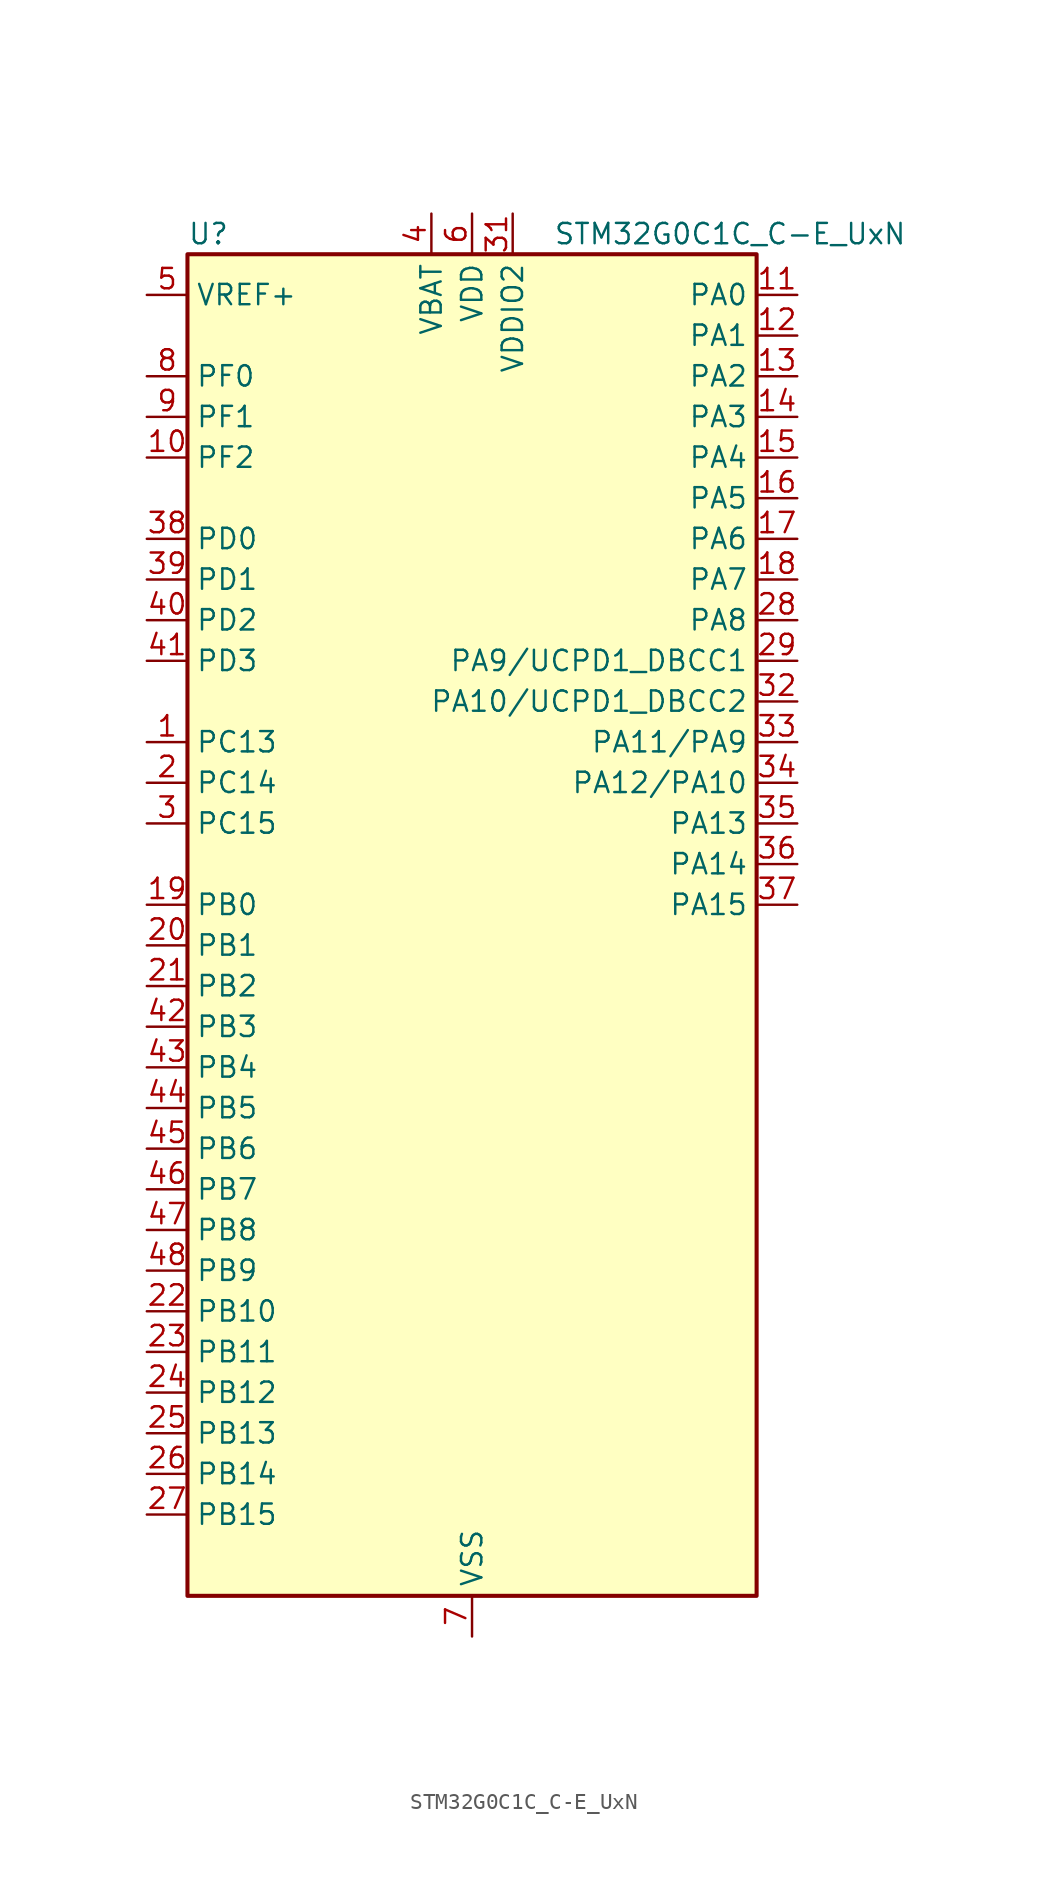
<source format=kicad_sym>
(kicad_symbol_lib
  (version 20220914)
  (generator kicad_symbol_editor)
  (symbol "STM32G0C1C_C-E_UxN"
    (property "Reference" "U"
      (at -17.78 44.45 0)
      (effects (font (size 1.27 1.27)) (justify left)))
    (property "Value" "STM32G0C1C_C-E_UxN"
      (at 5.08 44.45 0)
      (effects (font (size 1.27 1.27)) (justify left)))
    (property "ki_locked" ""
      (at 0 0 0)
      (effects (font (size 1.27 1.27))))
    (symbol "STM32G0C1C_C-E_UxN_0_1"
      (rectangle (start -17.78 -40.64) (end 17.78 43.18) (stroke (width 0.254) (type default)) (fill (type background))))
    (symbol "STM32G0C1C_C-E_UxN_1_1"
      (pin bidirectional line (at -20.32 12.7 0) (length 2.54) (name "PC13" (effects (font (size 1.27 1.27)))) (number "1" (effects (font (size 1.27 1.27)))) (alternate "RTC_OUT1" bidirectional line) (alternate "RTC_TAMP_IN1" bidirectional line) (alternate "RTC_TS" bidirectional line) (alternate "SYS_WKUP2" bidirectional line) (alternate "TIM1_BK" bidirectional line))
      (pin bidirectional line (at -20.32 30.48 0) (length 2.54) (name "PF2" (effects (font (size 1.27 1.27)))) (number "10" (effects (font (size 1.27 1.27)))) (alternate "LPUART2_DE" bidirectional line) (alternate "LPUART2_RTS" bidirectional line) (alternate "LPUART2_TX" bidirectional line) (alternate "RCC_MCO" bidirectional line))
      (pin bidirectional line (at 20.32 40.64 180) (length 2.54) (name "PA0" (effects (font (size 1.27 1.27)))) (number "11" (effects (font (size 1.27 1.27)))) (alternate "ADC1_IN0" bidirectional line) (alternate "COMP1_INM" bidirectional line) (alternate "COMP1_OUT" bidirectional line) (alternate "I2S2_CK" bidirectional line) (alternate "LPTIM1_OUT" bidirectional line) (alternate "RTC_TAMP_IN2" bidirectional line) (alternate "SPI2_SCK" bidirectional line) (alternate "SYS_WKUP1" bidirectional line) (alternate "TIM2_CH1" bidirectional line) (alternate "TIM2_ETR" bidirectional line) (alternate "UCPD2_FRSTX1" bidirectional line) (alternate "UCPD2_FRSTX2" bidirectional line) (alternate "USART2_CTS" bidirectional line) (alternate "USART2_NSS" bidirectional line) (alternate "USART4_TX" bidirectional line))
      (pin bidirectional line (at 20.32 38.1 180) (length 2.54) (name "PA1" (effects (font (size 1.27 1.27)))) (number "12" (effects (font (size 1.27 1.27)))) (alternate "ADC1_IN1" bidirectional line) (alternate "COMP1_INP" bidirectional line) (alternate "I2C1_SMBA" bidirectional line) (alternate "I2S1_CK" bidirectional line) (alternate "SPI1_SCK" bidirectional line) (alternate "TIM15_CH1N" bidirectional line) (alternate "TIM2_CH2" bidirectional line) (alternate "USART2_CK" bidirectional line) (alternate "USART2_DE" bidirectional line) (alternate "USART2_RTS" bidirectional line) (alternate "USART4_RX" bidirectional line))
      (pin bidirectional line (at 20.32 35.56 180) (length 2.54) (name "PA2" (effects (font (size 1.27 1.27)))) (number "13" (effects (font (size 1.27 1.27)))) (alternate "ADC1_IN2" bidirectional line) (alternate "COMP2_INM" bidirectional line) (alternate "COMP2_OUT" bidirectional line) (alternate "I2S1_SD" bidirectional line) (alternate "LPUART1_TX" bidirectional line) (alternate "RCC_LSCO" bidirectional line) (alternate "SPI1_MOSI" bidirectional line) (alternate "SYS_WKUP4" bidirectional line) (alternate "TIM15_CH1" bidirectional line) (alternate "TIM2_CH3" bidirectional line) (alternate "UCPD1_FRSTX1" bidirectional line) (alternate "UCPD1_FRSTX2" bidirectional line) (alternate "USART2_TX" bidirectional line))
      (pin bidirectional line (at 20.32 33.02 180) (length 2.54) (name "PA3" (effects (font (size 1.27 1.27)))) (number "14" (effects (font (size 1.27 1.27)))) (alternate "ADC1_IN3" bidirectional line) (alternate "COMP2_INP" bidirectional line) (alternate "I2S2_MCK" bidirectional line) (alternate "LPUART1_RX" bidirectional line) (alternate "SPI2_MISO" bidirectional line) (alternate "TIM15_CH2" bidirectional line) (alternate "TIM2_CH4" bidirectional line) (alternate "UCPD2_FRSTX1" bidirectional line) (alternate "UCPD2_FRSTX2" bidirectional line) (alternate "USART2_RX" bidirectional line))
      (pin bidirectional line (at 20.32 30.48 180) (length 2.54) (name "PA4" (effects (font (size 1.27 1.27)))) (number "15" (effects (font (size 1.27 1.27)))) (alternate "ADC1_IN4" bidirectional line) (alternate "DAC1_OUT1" bidirectional line) (alternate "I2S1_WS" bidirectional line) (alternate "I2S2_SD" bidirectional line) (alternate "LPTIM2_OUT" bidirectional line) (alternate "RTC_OUT2" bidirectional line) (alternate "SPI1_NSS" bidirectional line) (alternate "SPI2_MOSI" bidirectional line) (alternate "SPI3_NSS" bidirectional line) (alternate "TIM14_CH1" bidirectional line) (alternate "UCPD2_FRSTX1" bidirectional line) (alternate "UCPD2_FRSTX2" bidirectional line) (alternate "USART6_TX" bidirectional line) (alternate "USB_NOE" bidirectional line))
      (pin bidirectional line (at 20.32 27.94 180) (length 2.54) (name "PA5" (effects (font (size 1.27 1.27)))) (number "16" (effects (font (size 1.27 1.27)))) (alternate "ADC1_IN5" bidirectional line) (alternate "CEC" bidirectional line) (alternate "DAC1_OUT2" bidirectional line) (alternate "I2S1_CK" bidirectional line) (alternate "LPTIM2_ETR" bidirectional line) (alternate "SPI1_SCK" bidirectional line) (alternate "TIM2_CH1" bidirectional line) (alternate "TIM2_ETR" bidirectional line) (alternate "UCPD1_FRSTX1" bidirectional line) (alternate "UCPD1_FRSTX2" bidirectional line) (alternate "USART3_TX" bidirectional line) (alternate "USART6_RX" bidirectional line))
      (pin bidirectional line (at 20.32 25.4 180) (length 2.54) (name "PA6" (effects (font (size 1.27 1.27)))) (number "17" (effects (font (size 1.27 1.27)))) (alternate "ADC1_IN6" bidirectional line) (alternate "COMP1_OUT" bidirectional line) (alternate "I2C2_SDA" bidirectional line) (alternate "I2C3_SDA" bidirectional line) (alternate "I2S1_MCK" bidirectional line) (alternate "LPUART1_CTS" bidirectional line) (alternate "SPI1_MISO" bidirectional line) (alternate "TIM16_CH1" bidirectional line) (alternate "TIM1_BK" bidirectional line) (alternate "TIM3_CH1" bidirectional line) (alternate "USART3_CTS" bidirectional line) (alternate "USART3_NSS" bidirectional line) (alternate "USART6_CTS" bidirectional line) (alternate "USART6_NSS" bidirectional line))
      (pin bidirectional line (at 20.32 22.86 180) (length 2.54) (name "PA7" (effects (font (size 1.27 1.27)))) (number "18" (effects (font (size 1.27 1.27)))) (alternate "ADC1_IN7" bidirectional line) (alternate "COMP2_OUT" bidirectional line) (alternate "I2C2_SCL" bidirectional line) (alternate "I2C3_SCL" bidirectional line) (alternate "I2S1_SD" bidirectional line) (alternate "SPI1_MOSI" bidirectional line) (alternate "TIM14_CH1" bidirectional line) (alternate "TIM17_CH1" bidirectional line) (alternate "TIM1_CH1N" bidirectional line) (alternate "TIM3_CH2" bidirectional line) (alternate "UCPD1_FRSTX1" bidirectional line) (alternate "UCPD1_FRSTX2" bidirectional line) (alternate "USART6_CK" bidirectional line) (alternate "USART6_DE" bidirectional line) (alternate "USART6_RTS" bidirectional line))
      (pin bidirectional line (at -20.32 2.54 0) (length 2.54) (name "PB0" (effects (font (size 1.27 1.27)))) (number "19" (effects (font (size 1.27 1.27)))) (alternate "ADC1_IN8" bidirectional line) (alternate "COMP1_OUT" bidirectional line) (alternate "COMP3_INP" bidirectional line) (alternate "FDCAN2_RX" bidirectional line) (alternate "I2S1_WS" bidirectional line) (alternate "LPTIM1_OUT" bidirectional line) (alternate "LPUART2_CTS" bidirectional line) (alternate "SPI1_NSS" bidirectional line) (alternate "TIM1_CH2N" bidirectional line) (alternate "TIM3_CH3" bidirectional line) (alternate "UCPD1_FRSTX1" bidirectional line) (alternate "UCPD1_FRSTX2" bidirectional line) (alternate "USART3_RX" bidirectional line) (alternate "USART5_TX" bidirectional line))
      (pin bidirectional line (at -20.32 10.16 0) (length 2.54) (name "PC14" (effects (font (size 1.27 1.27)))) (number "2" (effects (font (size 1.27 1.27)))) (alternate "RCC_OSC32_IN" bidirectional line) (alternate "TIM1_BK2" bidirectional line))
      (pin bidirectional line (at -20.32 0 0) (length 2.54) (name "PB1" (effects (font (size 1.27 1.27)))) (number "20" (effects (font (size 1.27 1.27)))) (alternate "ADC1_IN9" bidirectional line) (alternate "COMP1_INM" bidirectional line) (alternate "COMP3_OUT" bidirectional line) (alternate "FDCAN2_TX" bidirectional line) (alternate "LPTIM2_IN1" bidirectional line) (alternate "LPUART1_DE" bidirectional line) (alternate "LPUART1_RTS" bidirectional line) (alternate "LPUART2_DE" bidirectional line) (alternate "LPUART2_RTS" bidirectional line) (alternate "TIM14_CH1" bidirectional line) (alternate "TIM1_CH3N" bidirectional line) (alternate "TIM3_CH4" bidirectional line) (alternate "USART3_CK" bidirectional line) (alternate "USART3_DE" bidirectional line) (alternate "USART3_RTS" bidirectional line) (alternate "USART5_RX" bidirectional line))
      (pin bidirectional line (at -20.32 -2.54 0) (length 2.54) (name "PB2" (effects (font (size 1.27 1.27)))) (number "21" (effects (font (size 1.27 1.27)))) (alternate "ADC1_IN10" bidirectional line) (alternate "COMP1_INP" bidirectional line) (alternate "COMP3_INM" bidirectional line) (alternate "I2S2_MCK" bidirectional line) (alternate "LPTIM1_OUT" bidirectional line) (alternate "RCC_MCO_2" bidirectional line) (alternate "SPI2_MISO" bidirectional line) (alternate "USART3_TX" bidirectional line))
      (pin bidirectional line (at -20.32 -22.86 0) (length 2.54) (name "PB10" (effects (font (size 1.27 1.27)))) (number "22" (effects (font (size 1.27 1.27)))) (alternate "ADC1_IN11" bidirectional line) (alternate "CEC" bidirectional line) (alternate "COMP1_OUT" bidirectional line) (alternate "I2C2_SCL" bidirectional line) (alternate "I2S2_CK" bidirectional line) (alternate "LPUART1_RX" bidirectional line) (alternate "SPI2_SCK" bidirectional line) (alternate "TIM2_CH3" bidirectional line) (alternate "USART3_TX" bidirectional line))
      (pin bidirectional line (at -20.32 -25.4 0) (length 2.54) (name "PB11" (effects (font (size 1.27 1.27)))) (number "23" (effects (font (size 1.27 1.27)))) (alternate "ADC1_EXTI11" bidirectional line) (alternate "ADC1_IN15" bidirectional line) (alternate "COMP2_OUT" bidirectional line) (alternate "I2C2_SDA" bidirectional line) (alternate "I2S2_SD" bidirectional line) (alternate "LPUART1_TX" bidirectional line) (alternate "SPI2_MOSI" bidirectional line) (alternate "TIM2_CH4" bidirectional line) (alternate "USART3_RX" bidirectional line))
      (pin bidirectional line (at -20.32 -27.94 0) (length 2.54) (name "PB12" (effects (font (size 1.27 1.27)))) (number "24" (effects (font (size 1.27 1.27)))) (alternate "ADC1_IN16" bidirectional line) (alternate "FDCAN2_RX" bidirectional line) (alternate "I2C2_SMBA" bidirectional line) (alternate "I2S2_WS" bidirectional line) (alternate "LPUART1_DE" bidirectional line) (alternate "LPUART1_RTS" bidirectional line) (alternate "SPI2_NSS" bidirectional line) (alternate "TIM15_BK" bidirectional line) (alternate "TIM1_BK" bidirectional line) (alternate "UCPD2_FRSTX1" bidirectional line) (alternate "UCPD2_FRSTX2" bidirectional line))
      (pin bidirectional line (at -20.32 -30.48 0) (length 2.54) (name "PB13" (effects (font (size 1.27 1.27)))) (number "25" (effects (font (size 1.27 1.27)))) (alternate "FDCAN2_TX" bidirectional line) (alternate "I2C2_SCL" bidirectional line) (alternate "I2S2_CK" bidirectional line) (alternate "LPUART1_CTS" bidirectional line) (alternate "SPI2_SCK" bidirectional line) (alternate "TIM15_CH1N" bidirectional line) (alternate "TIM1_CH1N" bidirectional line) (alternate "USART3_CTS" bidirectional line) (alternate "USART3_NSS" bidirectional line))
      (pin bidirectional line (at -20.32 -33.02 0) (length 2.54) (name "PB14" (effects (font (size 1.27 1.27)))) (number "26" (effects (font (size 1.27 1.27)))) (alternate "I2C2_SDA" bidirectional line) (alternate "I2S2_MCK" bidirectional line) (alternate "SPI2_MISO" bidirectional line) (alternate "TIM15_CH1" bidirectional line) (alternate "TIM1_CH2N" bidirectional line) (alternate "UCPD1_FRSTX1" bidirectional line) (alternate "UCPD1_FRSTX2" bidirectional line) (alternate "USART3_CK" bidirectional line) (alternate "USART3_DE" bidirectional line) (alternate "USART3_RTS" bidirectional line) (alternate "USART6_CK" bidirectional line) (alternate "USART6_DE" bidirectional line) (alternate "USART6_RTS" bidirectional line))
      (pin bidirectional line (at -20.32 -35.56 0) (length 2.54) (name "PB15" (effects (font (size 1.27 1.27)))) (number "27" (effects (font (size 1.27 1.27)))) (alternate "I2S2_SD" bidirectional line) (alternate "RTC_REFIN" bidirectional line) (alternate "SPI2_MOSI" bidirectional line) (alternate "TIM15_CH1N" bidirectional line) (alternate "TIM15_CH2" bidirectional line) (alternate "TIM1_CH3N" bidirectional line) (alternate "UCPD1_CC2" bidirectional line) (alternate "USART6_CTS" bidirectional line) (alternate "USART6_NSS" bidirectional line))
      (pin bidirectional line (at 20.32 20.32 180) (length 2.54) (name "PA8" (effects (font (size 1.27 1.27)))) (number "28" (effects (font (size 1.27 1.27)))) (alternate "CRS1_SYNC" bidirectional line) (alternate "I2C2_SMBA" bidirectional line) (alternate "I2S2_WS" bidirectional line) (alternate "LPTIM2_OUT" bidirectional line) (alternate "RCC_MCO" bidirectional line) (alternate "SPI2_NSS" bidirectional line) (alternate "TIM1_CH1" bidirectional line) (alternate "UCPD1_CC1" bidirectional line))
      (pin bidirectional line (at 20.32 17.78 180) (length 2.54) (name "PA9/UCPD1_DBCC1" (effects (font (size 1.27 1.27)))) (number "29" (effects (font (size 1.27 1.27)))) (alternate "DAC1_EXTI9" bidirectional line) (alternate "I2C1_SCL" bidirectional line) (alternate "I2C2_SCL" bidirectional line) (alternate "I2S2_MCK" bidirectional line) (alternate "RCC_MCO" bidirectional line) (alternate "SPI2_MISO" bidirectional line) (alternate "TIM15_BK" bidirectional line) (alternate "TIM1_CH2" bidirectional line) (alternate "UCPD1_DBCC1" bidirectional line) (alternate "USART1_TX" bidirectional line))
      (pin bidirectional line (at -20.32 7.62 0) (length 2.54) (name "PC15" (effects (font (size 1.27 1.27)))) (number "3" (effects (font (size 1.27 1.27)))) (alternate "RCC_OSC32_EN" bidirectional line) (alternate "RCC_OSC32_OUT" bidirectional line) (alternate "RCC_OSC_EN" bidirectional line) (alternate "TIM15_BK" bidirectional line))
      (pin passive line (at 0 -43.18 90) (length 2.54) hide (name "VSS" (effects (font (size 1.27 1.27)))) (number "30" (effects (font (size 1.27 1.27)))))
      (pin power_in line (at 2.54 45.72 270) (length 2.54) (name "VDDIO2" (effects (font (size 1.27 1.27)))) (number "31" (effects (font (size 1.27 1.27)))))
      (pin bidirectional line (at 20.32 15.24 180) (length 2.54) (name "PA10/UCPD1_DBCC2" (effects (font (size 1.27 1.27)))) (number "32" (effects (font (size 1.27 1.27)))) (alternate "I2C1_SDA" bidirectional line) (alternate "I2C2_SDA" bidirectional line) (alternate "I2S2_SD" bidirectional line) (alternate "RCC_MCO_2" bidirectional line) (alternate "SPI2_MOSI" bidirectional line) (alternate "TIM17_BK" bidirectional line) (alternate "TIM1_CH3" bidirectional line) (alternate "UCPD1_DBCC2" bidirectional line) (alternate "USART1_RX" bidirectional line))
      (pin bidirectional line (at 20.32 12.7 180) (length 2.54) (name "PA11/PA9" (effects (font (size 1.27 1.27)))) (number "33" (effects (font (size 1.27 1.27)))) (alternate "ADC1_EXTI11" bidirectional line) (alternate "COMP1_OUT" bidirectional line) (alternate "FDCAN1_RX" bidirectional line) (alternate "I2C2_SCL" bidirectional line) (alternate "I2S1_MCK" bidirectional line) (alternate "SPI1_MISO" bidirectional line) (alternate "TIM1_BK2" bidirectional line) (alternate "TIM1_CH4" bidirectional line) (alternate "USART1_CTS" bidirectional line) (alternate "USART1_NSS" bidirectional line) (alternate "USB_DM" bidirectional line))
      (pin bidirectional line (at 20.32 10.16 180) (length 2.54) (name "PA12/PA10" (effects (font (size 1.27 1.27)))) (number "34" (effects (font (size 1.27 1.27)))) (alternate "COMP2_OUT" bidirectional line) (alternate "FDCAN1_TX" bidirectional line) (alternate "I2C2_SDA" bidirectional line) (alternate "I2S1_SD" bidirectional line) (alternate "I2S_CKIN" bidirectional line) (alternate "SPI1_MOSI" bidirectional line) (alternate "TIM1_ETR" bidirectional line) (alternate "USART1_CK" bidirectional line) (alternate "USART1_DE" bidirectional line) (alternate "USART1_RTS" bidirectional line) (alternate "USB_DP" bidirectional line))
      (pin bidirectional line (at 20.32 7.62 180) (length 2.54) (name "PA13" (effects (font (size 1.27 1.27)))) (number "35" (effects (font (size 1.27 1.27)))) (alternate "IR_OUT" bidirectional line) (alternate "LPUART2_RX" bidirectional line) (alternate "SYS_SWDIO" bidirectional line) (alternate "USB_NOE" bidirectional line))
      (pin bidirectional line (at 20.32 5.08 180) (length 2.54) (name "PA14" (effects (font (size 1.27 1.27)))) (number "36" (effects (font (size 1.27 1.27)))) (alternate "LPUART2_TX" bidirectional line) (alternate "SYS_SWCLK" bidirectional line) (alternate "USART2_TX" bidirectional line))
      (pin bidirectional line (at 20.32 2.54 180) (length 2.54) (name "PA15" (effects (font (size 1.27 1.27)))) (number "37" (effects (font (size 1.27 1.27)))) (alternate "I2C2_SMBA" bidirectional line) (alternate "I2S1_WS" bidirectional line) (alternate "RCC_MCO_2" bidirectional line) (alternate "SPI1_NSS" bidirectional line) (alternate "SPI3_NSS" bidirectional line) (alternate "TIM2_CH1" bidirectional line) (alternate "TIM2_ETR" bidirectional line) (alternate "USART2_RX" bidirectional line) (alternate "USART3_CK" bidirectional line) (alternate "USART3_DE" bidirectional line) (alternate "USART3_RTS" bidirectional line) (alternate "USART4_CK" bidirectional line) (alternate "USART4_DE" bidirectional line) (alternate "USART4_RTS" bidirectional line) (alternate "USB_NOE" bidirectional line))
      (pin bidirectional line (at -20.32 25.4 0) (length 2.54) (name "PD0" (effects (font (size 1.27 1.27)))) (number "38" (effects (font (size 1.27 1.27)))) (alternate "FDCAN1_RX" bidirectional line) (alternate "I2S2_WS" bidirectional line) (alternate "SPI2_NSS" bidirectional line) (alternate "TIM16_CH1" bidirectional line) (alternate "UCPD2_CC1" bidirectional line))
      (pin bidirectional line (at -20.32 22.86 0) (length 2.54) (name "PD1" (effects (font (size 1.27 1.27)))) (number "39" (effects (font (size 1.27 1.27)))) (alternate "FDCAN1_TX" bidirectional line) (alternate "I2S2_CK" bidirectional line) (alternate "SPI2_SCK" bidirectional line) (alternate "TIM17_CH1" bidirectional line) (alternate "UCPD2_DBCC1" bidirectional line))
      (pin power_in line (at -2.54 45.72 270) (length 2.54) (name "VBAT" (effects (font (size 1.27 1.27)))) (number "4" (effects (font (size 1.27 1.27)))))
      (pin bidirectional line (at -20.32 20.32 0) (length 2.54) (name "PD2" (effects (font (size 1.27 1.27)))) (number "40" (effects (font (size 1.27 1.27)))) (alternate "TIM1_CH1N" bidirectional line) (alternate "TIM3_ETR" bidirectional line) (alternate "UCPD2_CC2" bidirectional line) (alternate "USART3_CK" bidirectional line) (alternate "USART3_DE" bidirectional line) (alternate "USART3_RTS" bidirectional line) (alternate "USART5_RX" bidirectional line))
      (pin bidirectional line (at -20.32 17.78 0) (length 2.54) (name "PD3" (effects (font (size 1.27 1.27)))) (number "41" (effects (font (size 1.27 1.27)))) (alternate "I2S2_MCK" bidirectional line) (alternate "SPI2_MISO" bidirectional line) (alternate "TIM1_CH2N" bidirectional line) (alternate "UCPD2_DBCC2" bidirectional line) (alternate "USART2_CTS" bidirectional line) (alternate "USART2_NSS" bidirectional line) (alternate "USART5_TX" bidirectional line))
      (pin bidirectional line (at -20.32 -5.08 0) (length 2.54) (name "PB3" (effects (font (size 1.27 1.27)))) (number "42" (effects (font (size 1.27 1.27)))) (alternate "COMP2_INM" bidirectional line) (alternate "I2C2_SCL" bidirectional line) (alternate "I2C3_SCL" bidirectional line) (alternate "I2S1_CK" bidirectional line) (alternate "SPI1_SCK" bidirectional line) (alternate "SPI3_SCK" bidirectional line) (alternate "TIM1_CH2" bidirectional line) (alternate "TIM2_CH2" bidirectional line) (alternate "USART1_CK" bidirectional line) (alternate "USART1_DE" bidirectional line) (alternate "USART1_RTS" bidirectional line) (alternate "USART5_TX" bidirectional line))
      (pin bidirectional line (at -20.32 -7.62 0) (length 2.54) (name "PB4" (effects (font (size 1.27 1.27)))) (number "43" (effects (font (size 1.27 1.27)))) (alternate "COMP2_INP" bidirectional line) (alternate "I2C2_SDA" bidirectional line) (alternate "I2C3_SDA" bidirectional line) (alternate "I2S1_MCK" bidirectional line) (alternate "SPI1_MISO" bidirectional line) (alternate "SPI3_MISO" bidirectional line) (alternate "TIM17_BK" bidirectional line) (alternate "TIM3_CH1" bidirectional line) (alternate "USART1_CTS" bidirectional line) (alternate "USART1_NSS" bidirectional line) (alternate "USART5_RX" bidirectional line))
      (pin bidirectional line (at -20.32 -10.16 0) (length 2.54) (name "PB5" (effects (font (size 1.27 1.27)))) (number "44" (effects (font (size 1.27 1.27)))) (alternate "COMP2_OUT" bidirectional line) (alternate "FDCAN2_RX" bidirectional line) (alternate "I2C1_SMBA" bidirectional line) (alternate "I2S1_SD" bidirectional line) (alternate "LPTIM1_IN1" bidirectional line) (alternate "SPI1_MOSI" bidirectional line) (alternate "SPI3_MOSI" bidirectional line) (alternate "SYS_WKUP6" bidirectional line) (alternate "TIM16_BK" bidirectional line) (alternate "TIM3_CH2" bidirectional line) (alternate "USART5_CK" bidirectional line) (alternate "USART5_DE" bidirectional line) (alternate "USART5_RTS" bidirectional line))
      (pin bidirectional line (at -20.32 -12.7 0) (length 2.54) (name "PB6" (effects (font (size 1.27 1.27)))) (number "45" (effects (font (size 1.27 1.27)))) (alternate "COMP2_INP" bidirectional line) (alternate "FDCAN2_TX" bidirectional line) (alternate "I2C1_SCL" bidirectional line) (alternate "I2S2_MCK" bidirectional line) (alternate "LPTIM1_ETR" bidirectional line) (alternate "LPUART2_TX" bidirectional line) (alternate "SPI2_MISO" bidirectional line) (alternate "TIM16_CH1N" bidirectional line) (alternate "TIM1_CH3" bidirectional line) (alternate "TIM4_CH1" bidirectional line) (alternate "USART1_TX" bidirectional line) (alternate "USART5_CTS" bidirectional line) (alternate "USART5_NSS" bidirectional line))
      (pin bidirectional line (at -20.32 -15.24 0) (length 2.54) (name "PB7" (effects (font (size 1.27 1.27)))) (number "46" (effects (font (size 1.27 1.27)))) (alternate "COMP2_INM" bidirectional line) (alternate "I2C1_SDA" bidirectional line) (alternate "I2S2_SD" bidirectional line) (alternate "LPTIM1_IN2" bidirectional line) (alternate "LPUART2_RX" bidirectional line) (alternate "SPI2_MOSI" bidirectional line) (alternate "SYS_PVD_IN" bidirectional line) (alternate "TIM17_CH1N" bidirectional line) (alternate "TIM4_CH2" bidirectional line) (alternate "USART1_RX" bidirectional line) (alternate "USART4_CTS" bidirectional line) (alternate "USART4_NSS" bidirectional line))
      (pin bidirectional line (at -20.32 -17.78 0) (length 2.54) (name "PB8" (effects (font (size 1.27 1.27)))) (number "47" (effects (font (size 1.27 1.27)))) (alternate "CEC" bidirectional line) (alternate "FDCAN1_RX" bidirectional line) (alternate "I2C1_SCL" bidirectional line) (alternate "I2S2_CK" bidirectional line) (alternate "SPI2_SCK" bidirectional line) (alternate "TIM15_BK" bidirectional line) (alternate "TIM16_CH1" bidirectional line) (alternate "TIM4_CH3" bidirectional line) (alternate "USART3_TX" bidirectional line) (alternate "USART6_TX" bidirectional line))
      (pin bidirectional line (at -20.32 -20.32 0) (length 2.54) (name "PB9" (effects (font (size 1.27 1.27)))) (number "48" (effects (font (size 1.27 1.27)))) (alternate "DAC1_EXTI9" bidirectional line) (alternate "FDCAN1_TX" bidirectional line) (alternate "I2C1_SDA" bidirectional line) (alternate "I2S2_WS" bidirectional line) (alternate "IR_OUT" bidirectional line) (alternate "SPI2_NSS" bidirectional line) (alternate "TIM17_CH1" bidirectional line) (alternate "TIM4_CH4" bidirectional line) (alternate "UCPD2_FRSTX1" bidirectional line) (alternate "UCPD2_FRSTX2" bidirectional line) (alternate "USART3_RX" bidirectional line) (alternate "USART6_RX" bidirectional line))
      (pin passive line (at 0 -43.18 90) (length 2.54) hide (name "VSS" (effects (font (size 1.27 1.27)))) (number "49" (effects (font (size 1.27 1.27)))))
      (pin input line (at -20.32 40.64 0) (length 2.54) (name "VREF+" (effects (font (size 1.27 1.27)))) (number "5" (effects (font (size 1.27 1.27)))) (alternate "VREFBUF_OUT" bidirectional line))
      (pin power_in line (at 0 45.72 270) (length 2.54) (name "VDD" (effects (font (size 1.27 1.27)))) (number "6" (effects (font (size 1.27 1.27)))))
      (pin power_in line (at 0 -43.18 90) (length 2.54) (name "VSS" (effects (font (size 1.27 1.27)))) (number "7" (effects (font (size 1.27 1.27)))))
      (pin bidirectional line (at -20.32 35.56 0) (length 2.54) (name "PF0" (effects (font (size 1.27 1.27)))) (number "8" (effects (font (size 1.27 1.27)))) (alternate "CRS1_SYNC" bidirectional line) (alternate "RCC_OSC_IN" bidirectional line) (alternate "TIM14_CH1" bidirectional line))
      (pin bidirectional line (at -20.32 33.02 0) (length 2.54) (name "PF1" (effects (font (size 1.27 1.27)))) (number "9" (effects (font (size 1.27 1.27)))) (alternate "RCC_OSC_EN" bidirectional line) (alternate "RCC_OSC_OUT" bidirectional line) (alternate "TIM15_CH1N" bidirectional line)))))
</source>
